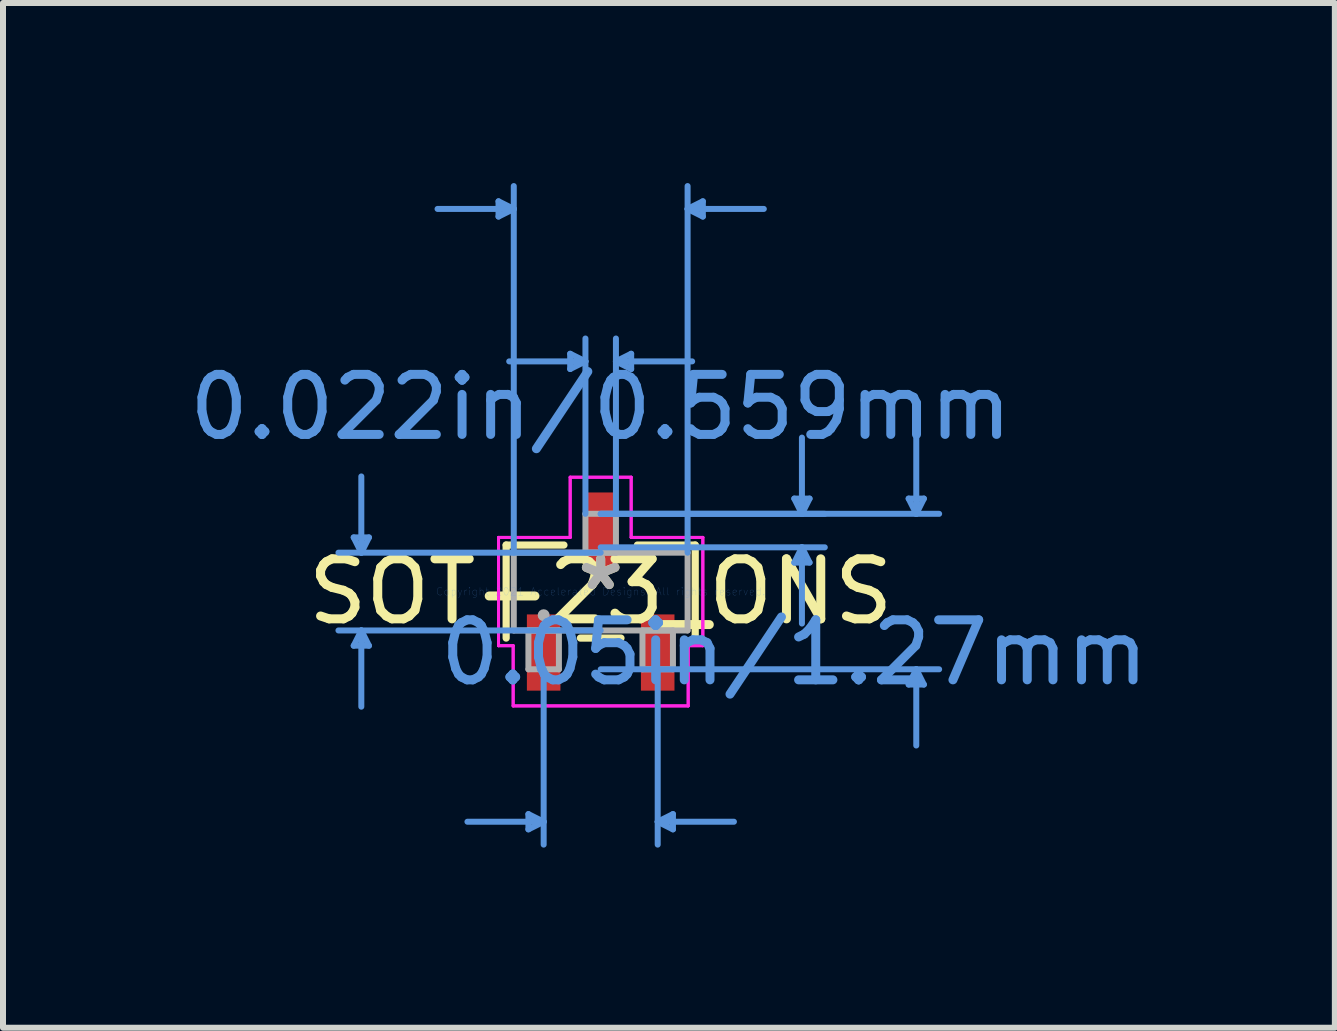
<source format=kicad_pcb>
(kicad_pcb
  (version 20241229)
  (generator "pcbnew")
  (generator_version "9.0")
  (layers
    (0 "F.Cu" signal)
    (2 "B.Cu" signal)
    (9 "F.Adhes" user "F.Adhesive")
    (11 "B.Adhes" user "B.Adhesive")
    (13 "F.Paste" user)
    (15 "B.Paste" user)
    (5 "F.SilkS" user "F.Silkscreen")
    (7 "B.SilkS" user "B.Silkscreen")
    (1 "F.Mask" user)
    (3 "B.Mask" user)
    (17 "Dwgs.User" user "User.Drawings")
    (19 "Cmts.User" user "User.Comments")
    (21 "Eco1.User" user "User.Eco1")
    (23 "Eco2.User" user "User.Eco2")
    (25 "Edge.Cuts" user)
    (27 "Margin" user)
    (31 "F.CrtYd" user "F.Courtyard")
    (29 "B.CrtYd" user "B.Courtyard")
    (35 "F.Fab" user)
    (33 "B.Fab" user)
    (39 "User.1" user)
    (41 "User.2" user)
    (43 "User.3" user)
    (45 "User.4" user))
  (footprint "SOT-23_ONS"
    (layer "F.Cu")
    (at 6.958 6.806)
    (property "Reference" "SOT-23_ONS" (at 0 0 0) (layer "F.SilkS") (effects (font (size 1 1) (thickness 0.15))))
    (attr through_hole)
    (fp_line (start -1.575 -0.775) (end -1.575 0.775) (stroke (width 0.12) (type solid)) (layer "F.SilkS"))
    (fp_line (start -0.612 -0.775) (end -1.575 -0.775) (stroke (width 0.12) (type solid)) (layer "F.SilkS"))
    (fp_line (start -0.338 0.775) (end 0.338 0.775) (stroke (width 0.12) (type solid)) (layer "F.SilkS"))
    (fp_line (start 1.575 -0.775) (end 0.612 -0.775) (stroke (width 0.12) (type solid)) (layer "F.SilkS"))
    (fp_line (start 1.575 0.775) (end 1.575 -0.775) (stroke (width 0.12) (type solid)) (layer "F.SilkS"))
    (fp_line (start -4.115 -0.902) (end -3.861 -0.902) (stroke (width 0.1) (type solid)) (layer "Cmts.User"))
    (fp_line (start -4.115 0.902) (end -3.861 0.902) (stroke (width 0.1) (type solid)) (layer "Cmts.User"))
    (fp_line (start -3.988 -0.648) (end -4.115 -0.902) (stroke (width 0.1) (type solid)) (layer "Cmts.User"))
    (fp_line (start -3.988 -0.648) (end -3.988 -1.918) (stroke (width 0.1) (type solid)) (layer "Cmts.User"))
    (fp_line (start -3.988 -0.648) (end -3.861 -0.902) (stroke (width 0.1) (type solid)) (layer "Cmts.User"))
    (fp_line (start -3.988 0.648) (end -4.115 0.902) (stroke (width 0.1) (type solid)) (layer "Cmts.User"))
    (fp_line (start -3.988 0.648) (end -3.988 1.918) (stroke (width 0.1) (type solid)) (layer "Cmts.User"))
    (fp_line (start -3.988 0.648) (end -3.861 0.902) (stroke (width 0.1) (type solid)) (layer "Cmts.User"))
    (fp_line (start -1.702 -6.502) (end -1.702 -6.248) (stroke (width 0.1) (type solid)) (layer "Cmts.User"))
    (fp_line (start -1.448 -6.375) (end -2.718 -6.375) (stroke (width 0.1) (type solid)) (layer "Cmts.User"))
    (fp_line (start -1.448 -6.375) (end -1.702 -6.502) (stroke (width 0.1) (type solid)) (layer "Cmts.User"))
    (fp_line (start -1.448 -6.375) (end -1.702 -6.248) (stroke (width 0.1) (type solid)) (layer "Cmts.User"))
    (fp_line (start -1.448 -0.648) (end -1.448 -6.756) (stroke (width 0.1) (type solid)) (layer "Cmts.User"))
    (fp_line (start -1.204 3.708) (end -1.204 3.962) (stroke (width 0.1) (type solid)) (layer "Cmts.User"))
    (fp_line (start -0.95 1.295) (end -0.95 4.216) (stroke (width 0.1) (type solid)) (layer "Cmts.User"))
    (fp_line (start -0.95 3.835) (end -2.22 3.835) (stroke (width 0.1) (type solid)) (layer "Cmts.User"))
    (fp_line (start -0.95 3.835) (end -1.204 3.708) (stroke (width 0.1) (type solid)) (layer "Cmts.User"))
    (fp_line (start -0.95 3.835) (end -1.204 3.962) (stroke (width 0.1) (type solid)) (layer "Cmts.User"))
    (fp_line (start -0.508 -3.962) (end -0.508 -3.708) (stroke (width 0.1) (type solid)) (layer "Cmts.User"))
    (fp_line (start -0.254 -3.835) (end -1.524 -3.835) (stroke (width 0.1) (type solid)) (layer "Cmts.User"))
    (fp_line (start -0.254 -3.835) (end -0.508 -3.962) (stroke (width 0.1) (type solid)) (layer "Cmts.User"))
    (fp_line (start -0.254 -3.835) (end -0.508 -3.708) (stroke (width 0.1) (type solid)) (layer "Cmts.User"))
    (fp_line (start -0.254 -1.295) (end -0.254 -4.216) (stroke (width 0.1) (type solid)) (layer "Cmts.User"))
    (fp_line (start 0 -1.295) (end 3.734 -1.295) (stroke (width 0.1) (type solid)) (layer "Cmts.User"))
    (fp_line (start 0 -1.295) (end 5.639 -1.295) (stroke (width 0.1) (type solid)) (layer "Cmts.User"))
    (fp_line (start 0 -0.737) (end 3.734 -0.737) (stroke (width 0.1) (type solid)) (layer "Cmts.User"))
    (fp_line (start 0 -0.648) (end -4.369 -0.648) (stroke (width 0.1) (type solid)) (layer "Cmts.User"))
    (fp_line (start 0 0.648) (end -4.369 0.648) (stroke (width 0.1) (type solid)) (layer "Cmts.User"))
    (fp_line (start 0 1.295) (end 5.639 1.295) (stroke (width 0.1) (type solid)) (layer "Cmts.User"))
    (fp_line (start 0.254 -3.835) (end 0.508 -3.962) (stroke (width 0.1) (type solid)) (layer "Cmts.User"))
    (fp_line (start 0.254 -3.835) (end 0.508 -3.708) (stroke (width 0.1) (type solid)) (layer "Cmts.User"))
    (fp_line (start 0.254 -3.835) (end 1.524 -3.835) (stroke (width 0.1) (type solid)) (layer "Cmts.User"))
    (fp_line (start 0.254 -1.295) (end 0.254 -4.216) (stroke (width 0.1) (type solid)) (layer "Cmts.User"))
    (fp_line (start 0.508 -3.962) (end 0.508 -3.708) (stroke (width 0.1) (type solid)) (layer "Cmts.User"))
    (fp_line (start 0.95 1.295) (end 0.95 4.216) (stroke (width 0.1) (type solid)) (layer "Cmts.User"))
    (fp_line (start 0.95 3.835) (end 1.204 3.708) (stroke (width 0.1) (type solid)) (layer "Cmts.User"))
    (fp_line (start 0.95 3.835) (end 1.204 3.962) (stroke (width 0.1) (type solid)) (layer "Cmts.User"))
    (fp_line (start 0.95 3.835) (end 2.22 3.835) (stroke (width 0.1) (type solid)) (layer "Cmts.User"))
    (fp_line (start 1.204 3.708) (end 1.204 3.962) (stroke (width 0.1) (type solid)) (layer "Cmts.User"))
    (fp_line (start 1.448 -6.375) (end 1.702 -6.502) (stroke (width 0.1) (type solid)) (layer "Cmts.User"))
    (fp_line (start 1.448 -6.375) (end 1.702 -6.248) (stroke (width 0.1) (type solid)) (layer "Cmts.User"))
    (fp_line (start 1.448 -6.375) (end 2.718 -6.375) (stroke (width 0.1) (type solid)) (layer "Cmts.User"))
    (fp_line (start 1.448 -0.648) (end 1.448 -6.756) (stroke (width 0.1) (type solid)) (layer "Cmts.User"))
    (fp_line (start 1.702 -6.502) (end 1.702 -6.248) (stroke (width 0.1) (type solid)) (layer "Cmts.User"))
    (fp_line (start 3.226 -1.549) (end 3.48 -1.549) (stroke (width 0.1) (type solid)) (layer "Cmts.User"))
    (fp_line (start 3.226 -0.483) (end 3.48 -0.483) (stroke (width 0.1) (type solid)) (layer "Cmts.User"))
    (fp_line (start 3.353 -1.295) (end 3.226 -1.549) (stroke (width 0.1) (type solid)) (layer "Cmts.User"))
    (fp_line (start 3.353 -1.295) (end 3.353 -2.565) (stroke (width 0.1) (type solid)) (layer "Cmts.User"))
    (fp_line (start 3.353 -1.295) (end 3.48 -1.549) (stroke (width 0.1) (type solid)) (layer "Cmts.User"))
    (fp_line (start 3.353 -0.737) (end 3.226 -0.483) (stroke (width 0.1) (type solid)) (layer "Cmts.User"))
    (fp_line (start 3.353 -0.737) (end 3.353 0.533) (stroke (width 0.1) (type solid)) (layer "Cmts.User"))
    (fp_line (start 3.353 -0.737) (end 3.48 -0.483) (stroke (width 0.1) (type solid)) (layer "Cmts.User"))
    (fp_line (start 5.131 -1.549) (end 5.385 -1.549) (stroke (width 0.1) (type solid)) (layer "Cmts.User"))
    (fp_line (start 5.131 1.549) (end 5.385 1.549) (stroke (width 0.1) (type solid)) (layer "Cmts.User"))
    (fp_line (start 5.258 -1.295) (end 5.131 -1.549) (stroke (width 0.1) (type solid)) (layer "Cmts.User"))
    (fp_line (start 5.258 -1.295) (end 5.258 -2.565) (stroke (width 0.1) (type solid)) (layer "Cmts.User"))
    (fp_line (start 5.258 -1.295) (end 5.385 -1.549) (stroke (width 0.1) (type solid)) (layer "Cmts.User"))
    (fp_line (start 5.258 1.295) (end 5.131 1.549) (stroke (width 0.1) (type solid)) (layer "Cmts.User"))
    (fp_line (start 5.258 1.295) (end 5.258 2.565) (stroke (width 0.1) (type solid)) (layer "Cmts.User"))
    (fp_line (start 5.258 1.295) (end 5.385 1.549) (stroke (width 0.1) (type solid)) (layer "Cmts.User"))
    (fp_line (start -1.702 -0.902) (end -0.508 -0.902) (stroke (width 0.05) (type solid)) (layer "F.CrtYd"))
    (fp_line (start -1.702 -0.902) (end -0.508 -0.902) (stroke (width 0.05) (type solid)) (layer "F.CrtYd"))
    (fp_line (start -1.702 0.902) (end -1.702 -0.902) (stroke (width 0.05) (type solid)) (layer "F.CrtYd"))
    (fp_line (start -1.702 0.902) (end -1.702 -0.902) (stroke (width 0.05) (type solid)) (layer "F.CrtYd"))
    (fp_line (start -1.702 0.902) (end -1.458 0.902) (stroke (width 0.05) (type solid)) (layer "F.CrtYd"))
    (fp_line (start -1.458 0.902) (end -1.702 0.902) (stroke (width 0.05) (type solid)) (layer "F.CrtYd"))
    (fp_line (start -1.458 0.902) (end -1.458 1.905) (stroke (width 0.05) (type solid)) (layer "F.CrtYd"))
    (fp_line (start -1.458 1.905) (end -1.458 0.902) (stroke (width 0.05) (type solid)) (layer "F.CrtYd"))
    (fp_line (start -1.458 1.905) (end 1.458 1.905) (stroke (width 0.05) (type solid)) (layer "F.CrtYd"))
    (fp_line (start -0.508 -1.905) (end 0.508 -1.905) (stroke (width 0.05) (type solid)) (layer "F.CrtYd"))
    (fp_line (start -0.508 -1.905) (end 0.508 -1.905) (stroke (width 0.05) (type solid)) (layer "F.CrtYd"))
    (fp_line (start -0.508 -0.902) (end -0.508 -1.905) (stroke (width 0.05) (type solid)) (layer "F.CrtYd"))
    (fp_line (start -0.508 -0.902) (end -0.508 -1.905) (stroke (width 0.05) (type solid)) (layer "F.CrtYd"))
    (fp_line (start 0.508 -1.905) (end 0.508 -0.902) (stroke (width 0.05) (type solid)) (layer "F.CrtYd"))
    (fp_line (start 0.508 -0.902) (end 0.508 -1.905) (stroke (width 0.05) (type solid)) (layer "F.CrtYd"))
    (fp_line (start 0.508 -0.902) (end 1.702 -0.902) (stroke (width 0.05) (type solid)) (layer "F.CrtYd"))
    (fp_line (start 1.458 0.902) (end 1.458 1.905) (stroke (width 0.05) (type solid)) (layer "F.CrtYd"))
    (fp_line (start 1.458 0.902) (end 1.458 1.905) (stroke (width 0.05) (type solid)) (layer "F.CrtYd"))
    (fp_line (start 1.458 1.905) (end -1.458 1.905) (stroke (width 0.05) (type solid)) (layer "F.CrtYd"))
    (fp_line (start 1.702 -0.902) (end 0.508 -0.902) (stroke (width 0.05) (type solid)) (layer "F.CrtYd"))
    (fp_line (start 1.702 -0.902) (end 1.702 0.902) (stroke (width 0.05) (type solid)) (layer "F.CrtYd"))
    (fp_line (start 1.702 -0.902) (end 1.702 0.902) (stroke (width 0.05) (type solid)) (layer "F.CrtYd"))
    (fp_line (start 1.702 0.902) (end 1.458 0.902) (stroke (width 0.05) (type solid)) (layer "F.CrtYd"))
    (fp_line (start 1.702 0.902) (end 1.458 0.902) (stroke (width 0.05) (type solid)) (layer "F.CrtYd"))
    (fp_line (start -1.448 -0.648) (end -1.448 0.648) (stroke (width 0.1) (type solid)) (layer "F.Fab"))
    (fp_line (start -1.448 0.648) (end 1.448 0.648) (stroke (width 0.1) (type solid)) (layer "F.Fab"))
    (fp_line (start -1.204 0.648) (end -1.204 1.295) (stroke (width 0.1) (type solid)) (layer "F.Fab"))
    (fp_line (start -1.204 1.295) (end -0.696 1.295) (stroke (width 0.1) (type solid)) (layer "F.Fab"))
    (fp_line (start -0.696 0.648) (end -1.204 0.648) (stroke (width 0.1) (type solid)) (layer "F.Fab"))
    (fp_line (start -0.696 1.295) (end -0.696 0.648) (stroke (width 0.1) (type solid)) (layer "F.Fab"))
    (fp_line (start -0.254 -1.295) (end -0.254 -0.648) (stroke (width 0.1) (type solid)) (layer "F.Fab"))
    (fp_line (start -0.254 -0.648) (end 0.254 -0.648) (stroke (width 0.1) (type solid)) (layer "F.Fab"))
    (fp_line (start 0.254 -1.295) (end -0.254 -1.295) (stroke (width 0.1) (type solid)) (layer "F.Fab"))
    (fp_line (start 0.254 -0.648) (end 0.254 -1.295) (stroke (width 0.1) (type solid)) (layer "F.Fab"))
    (fp_line (start 0.696 0.648) (end 0.696 1.295) (stroke (width 0.1) (type solid)) (layer "F.Fab"))
    (fp_line (start 0.696 1.295) (end 1.204 1.295) (stroke (width 0.1) (type solid)) (layer "F.Fab"))
    (fp_line (start 1.204 0.648) (end 0.696 0.648) (stroke (width 0.1) (type solid)) (layer "F.Fab"))
    (fp_line (start 1.204 1.295) (end 1.204 0.648) (stroke (width 0.1) (type solid)) (layer "F.Fab"))
    (fp_line (start 1.448 -0.648) (end -1.448 -0.648) (stroke (width 0.1) (type solid)) (layer "F.Fab"))
    (fp_line (start 1.448 0.648) (end 1.448 -0.648) (stroke (width 0.1) (type solid)) (layer "F.Fab"))
    (fp_circle (center -0.95 0.394) (end -0.95 0.394) (stroke (width 0.1) (type solid)) (fill no) (layer "F.Fab"))
    (fp_text user "*" (at 0 0 0) (layer "F.SilkS") (effects (font (size 1 1) (thickness 0.15))))
    (fp_text user "0.022in/0.559mm" (at 0 -3.073 0) (layer "Cmts.User") (effects (font (size 1 1) (thickness 0.15))))
    (fp_text user "Copyright 2021 Accelerated Designs. All rights reserved." (at 0 0 0) (layer "Cmts.User") (effects (font (size 0.127 0.127) (thickness 0.002))))
    (fp_text user "0.05in/1.27mm" (at 3.226 1.016 0) (layer "Cmts.User") (effects (font (size 1 1) (thickness 0.15))))
    (fp_text user "*" (at 0 0 0) (layer "F.Fab") (effects (font (size 1 1) (thickness 0.15))))
    (pad "1" smd rect (at -0.95 1.016) (size 0.559 1.27) (layers "F.Cu" "F.Mask" "F.Paste"))
    (pad "2" smd rect (at 0.95 1.016) (size 0.559 1.27) (layers "F.Cu" "F.Mask" "F.Paste"))
    (pad "3" smd rect (at 0 -1.016) (size 0.559 1.27) (layers "F.Cu" "F.Mask" "F.Paste")))
  (gr_rect
    (start -3 -3)
    (end 19.19 14.073)
    (stroke (width 0.1) (type default))
    (fill no)
    (layer "Edge.Cuts")))
</source>
